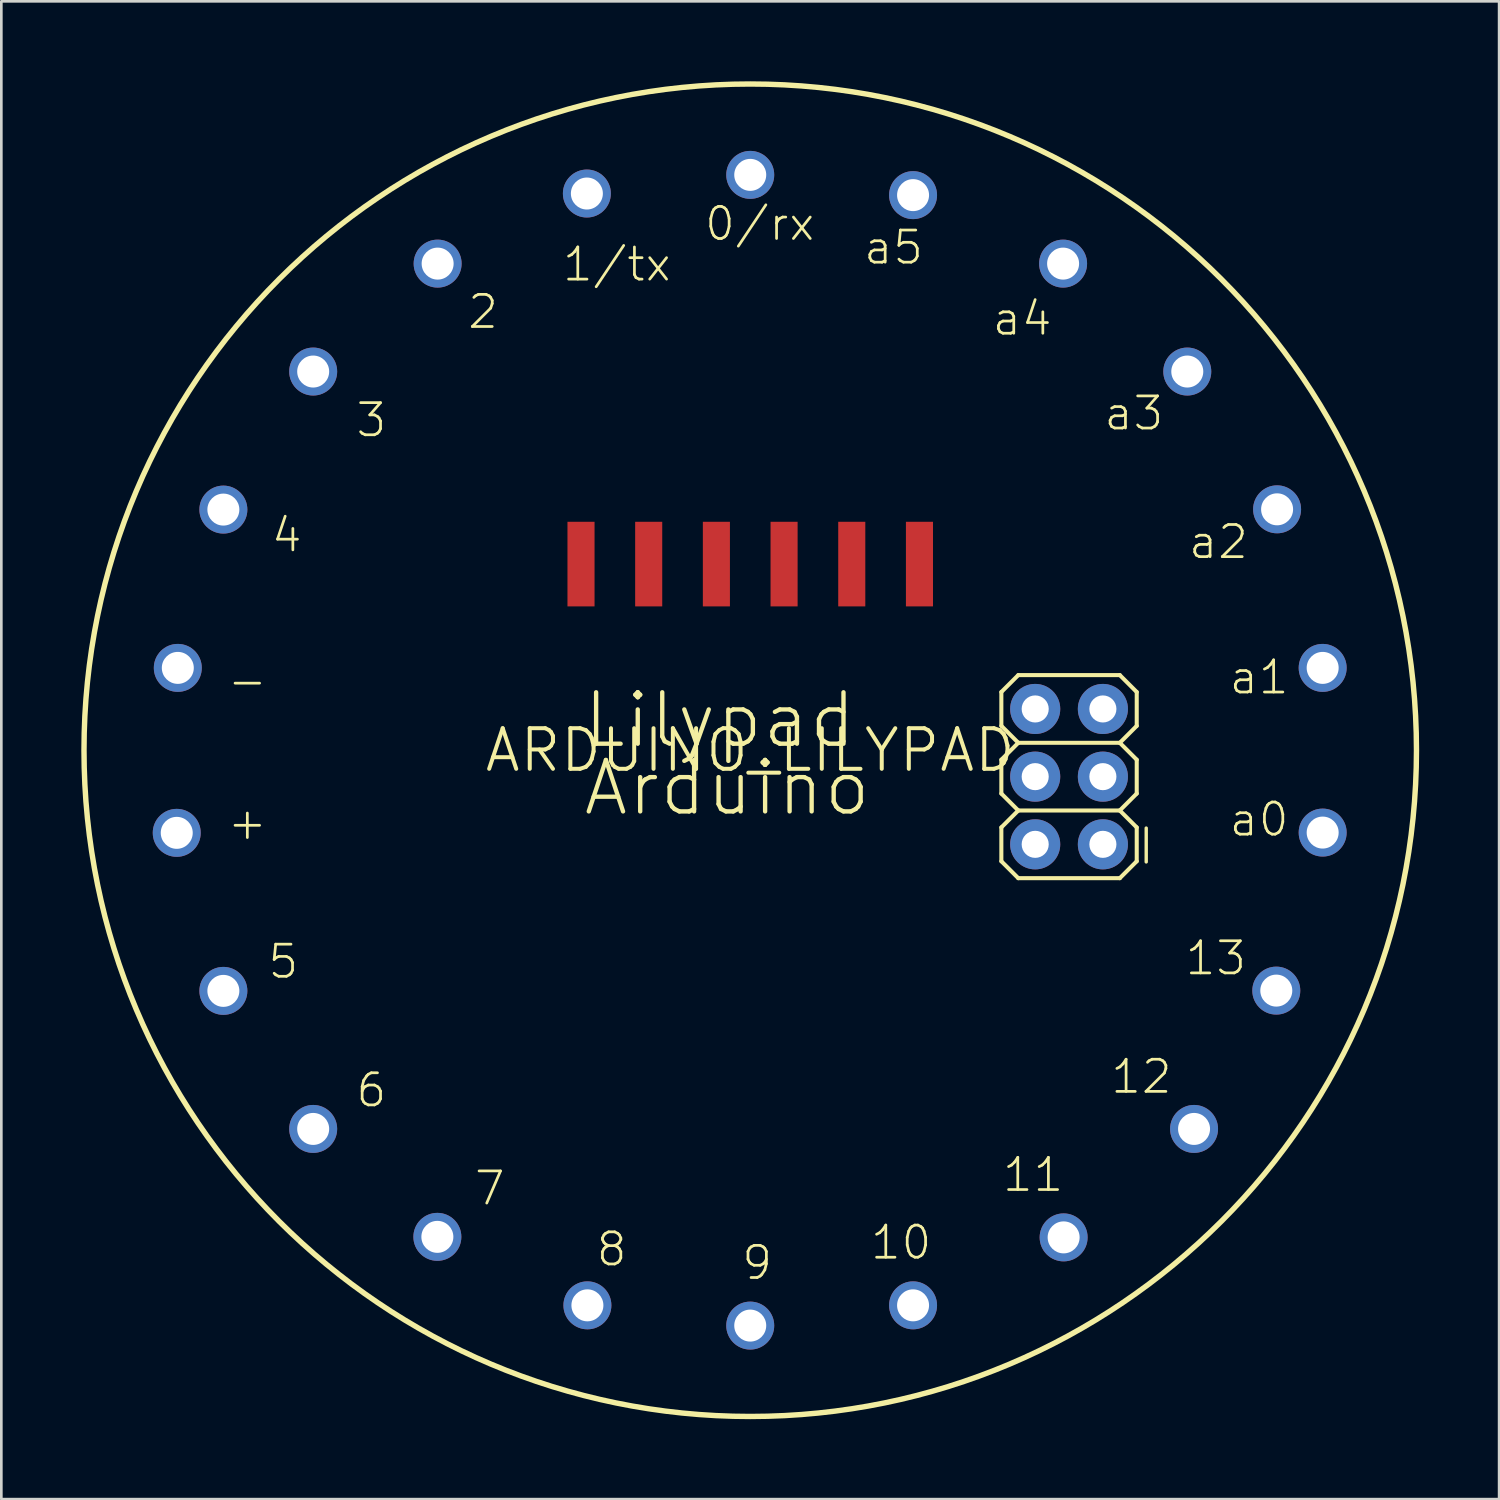
<source format=kicad_pcb>
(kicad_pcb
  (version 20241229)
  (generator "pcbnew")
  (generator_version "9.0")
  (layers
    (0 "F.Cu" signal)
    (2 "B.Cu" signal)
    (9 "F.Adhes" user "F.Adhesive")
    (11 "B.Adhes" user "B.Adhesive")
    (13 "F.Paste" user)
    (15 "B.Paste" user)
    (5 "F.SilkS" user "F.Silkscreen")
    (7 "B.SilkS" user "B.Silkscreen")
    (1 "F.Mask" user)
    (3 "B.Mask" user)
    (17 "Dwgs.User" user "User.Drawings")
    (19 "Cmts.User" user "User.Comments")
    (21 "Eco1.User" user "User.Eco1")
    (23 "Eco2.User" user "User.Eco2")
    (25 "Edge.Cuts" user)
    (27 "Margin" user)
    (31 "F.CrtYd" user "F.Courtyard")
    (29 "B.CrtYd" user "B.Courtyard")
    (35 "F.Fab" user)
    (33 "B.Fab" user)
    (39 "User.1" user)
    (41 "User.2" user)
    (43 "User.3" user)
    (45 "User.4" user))
  (footprint "ARDUINO_LILYPAD"
    (layer "F.Cu")
    (at 25.102 25.102)
    (property "Reference" "ARDUINO_LILYPAD" (at 0 0 0) (layer "F.SilkS") (effects (font (size 1.524 1.524) (thickness 0.15))))
    (attr through_hole)
    (fp_line (start 9.423 -2.184) (end 9.423 -0.914) (stroke (width 0.152) (type solid)) (layer "F.SilkS"))
    (fp_line (start 9.423 -0.914) (end 10.058 -0.279) (stroke (width 0.152) (type solid)) (layer "F.SilkS"))
    (fp_line (start 9.423 0.356) (end 9.423 1.626) (stroke (width 0.152) (type solid)) (layer "F.SilkS"))
    (fp_line (start 9.423 1.626) (end 10.058 2.261) (stroke (width 0.152) (type solid)) (layer "F.SilkS"))
    (fp_line (start 9.423 2.896) (end 9.423 4.166) (stroke (width 0.152) (type solid)) (layer "F.SilkS"))
    (fp_line (start 9.423 4.166) (end 10.058 4.801) (stroke (width 0.152) (type solid)) (layer "F.SilkS"))
    (fp_line (start 10.058 -2.819) (end 9.423 -2.184) (stroke (width 0.152) (type solid)) (layer "F.SilkS"))
    (fp_line (start 10.058 -0.279) (end 9.423 0.356) (stroke (width 0.152) (type solid)) (layer "F.SilkS"))
    (fp_line (start 10.058 2.261) (end 9.423 2.896) (stroke (width 0.152) (type solid)) (layer "F.SilkS"))
    (fp_line (start 13.868 -2.819) (end 10.058 -2.819) (stroke (width 0.152) (type solid)) (layer "F.SilkS"))
    (fp_line (start 13.868 -2.819) (end 14.503 -2.184) (stroke (width 0.152) (type solid)) (layer "F.SilkS"))
    (fp_line (start 13.868 -0.279) (end 10.058 -0.279) (stroke (width 0.152) (type solid)) (layer "F.SilkS"))
    (fp_line (start 13.868 -0.279) (end 14.503 0.356) (stroke (width 0.152) (type solid)) (layer "F.SilkS"))
    (fp_line (start 13.868 2.261) (end 10.058 2.261) (stroke (width 0.152) (type solid)) (layer "F.SilkS"))
    (fp_line (start 13.868 2.261) (end 14.503 2.896) (stroke (width 0.152) (type solid)) (layer "F.SilkS"))
    (fp_line (start 13.868 4.801) (end 10.058 4.801) (stroke (width 0.152) (type solid)) (layer "F.SilkS"))
    (fp_line (start 14.503 -2.184) (end 14.503 -0.914) (stroke (width 0.152) (type solid)) (layer "F.SilkS"))
    (fp_line (start 14.503 -0.914) (end 13.868 -0.279) (stroke (width 0.152) (type solid)) (layer "F.SilkS"))
    (fp_line (start 14.503 0.356) (end 14.503 1.626) (stroke (width 0.152) (type solid)) (layer "F.SilkS"))
    (fp_line (start 14.503 1.626) (end 13.868 2.261) (stroke (width 0.152) (type solid)) (layer "F.SilkS"))
    (fp_line (start 14.503 2.896) (end 14.503 4.166) (stroke (width 0.152) (type solid)) (layer "F.SilkS"))
    (fp_line (start 14.503 4.166) (end 13.868 4.801) (stroke (width 0.152) (type solid)) (layer "F.SilkS"))
    (fp_line (start 14.859 2.921) (end 14.859 4.191) (stroke (width 0.127) (type solid)) (layer "F.SilkS"))
    (fp_circle (center 0 0) (end 25 0) (stroke (width 0.203) (type solid)) (fill no) (layer "F.SilkS"))
    (fp_text user "3" (at -14.859 -11.684 0) (layer "F.SilkS") (effects (font (size 1.206 1.206) (thickness 0.102)) (justify left bottom)))
    (fp_text user "4" (at -18.034 -7.366 0) (layer "F.SilkS") (effects (font (size 1.206 1.206) (thickness 0.102)) (justify left bottom)))
    (fp_text user "a5" (at 4.191 -18.161 0) (layer "F.SilkS") (effects (font (size 1.206 1.206) (thickness 0.102)) (justify left bottom)))
    (fp_text user "5" (at -18.161 8.636 0) (layer "F.SilkS") (effects (font (size 1.206 1.206) (thickness 0.102)) (justify left bottom)))
    (fp_text user "a4" (at 9.017 -15.494 0) (layer "F.SilkS") (effects (font (size 1.206 1.206) (thickness 0.102)) (justify left bottom)))
    (fp_text user "7" (at -10.414 17.145 0) (layer "F.SilkS") (effects (font (size 1.206 1.206) (thickness 0.102)) (justify left bottom)))
    (fp_text user "6" (at -14.859 13.462 0) (layer "F.SilkS") (effects (font (size 1.206 1.206) (thickness 0.102)) (justify left bottom)))
    (fp_text user "2" (at -10.668 -15.748 0) (layer "F.SilkS") (effects (font (size 1.206 1.206) (thickness 0.102)) (justify left bottom)))
    (fp_text user "a1" (at 17.907 -2.032 0) (layer "F.SilkS") (effects (font (size 1.206 1.206) (thickness 0.102)) (justify left bottom)))
    (fp_text user "a2" (at 16.383 -7.112 0) (layer "F.SilkS") (effects (font (size 1.206 1.206) (thickness 0.102)) (justify left bottom)))
    (fp_text user "12" (at 13.462 12.954 0) (layer "F.SilkS") (effects (font (size 1.206 1.206) (thickness 0.102)) (justify left bottom)))
    (fp_text user "Arduino" (at -6.35 2.54 0) (layer "F.SilkS") (effects (font (size 1.93 1.93) (thickness 0.163)) (justify left bottom)))
    (fp_text user "11" (at 9.398 16.637 0) (layer "F.SilkS") (effects (font (size 1.206 1.206) (thickness 0.102)) (justify left bottom)))
    (fp_text user "-" (at -19.685 -1.905 0) (layer "F.SilkS") (effects (font (size 1.206 1.206) (thickness 0.102)) (justify left bottom)))
    (fp_text user "8" (at -5.842 19.431 0) (layer "F.SilkS") (effects (font (size 1.206 1.206) (thickness 0.102)) (justify left bottom)))
    (fp_text user "13" (at 16.256 8.509 0) (layer "F.SilkS") (effects (font (size 1.206 1.206) (thickness 0.102)) (justify left bottom)))
    (fp_text user "+" (at -19.685 3.429 0) (layer "F.SilkS") (effects (font (size 1.206 1.206) (thickness 0.102)) (justify left bottom)))
    (fp_text user "Lilypad" (at -6.35 0 0) (layer "F.SilkS") (effects (font (size 1.93 1.93) (thickness 0.163)) (justify left bottom)))
    (fp_text user "10" (at 4.445 19.177 0) (layer "F.SilkS") (effects (font (size 1.206 1.206) (thickness 0.102)) (justify left bottom)))
    (fp_text user "a3" (at 13.208 -11.938 0) (layer "F.SilkS") (effects (font (size 1.206 1.206) (thickness 0.102)) (justify left bottom)))
    (fp_text user "1/tx" (at -7.112 -17.526 0) (layer "F.SilkS") (effects (font (size 1.206 1.206) (thickness 0.102)) (justify left bottom)))
    (fp_text user "0/rx" (at -1.778 -19.05 0) (layer "F.SilkS") (effects (font (size 1.206 1.206) (thickness 0.102)) (justify left bottom)))
    (fp_text user "9" (at -0.381 19.939 0) (layer "F.SilkS") (effects (font (size 1.206 1.206) (thickness 0.102)) (justify left bottom)))
    (fp_text user "a0" (at 17.907 3.302 0) (layer "F.SilkS") (effects (font (size 1.206 1.206) (thickness 0.102)) (justify left bottom)))
    (pad "+" thru_hole circle (at -21.52 3.1) (size 1.8 1.8) (drill 1.2) (layers "*.Cu" "*.Mask"))
    (pad "-" thru_hole circle (at -21.48 -3.09) (size 1.8 1.8) (drill 1.2) (layers "*.Cu" "*.Mask"))
    (pad "0/RX" thru_hole circle (at 0 -21.59) (size 1.8 1.8) (drill 1.2) (layers "*.Cu" "*.Mask"))
    (pad "1/TX" thru_hole circle (at -6.13 -20.89) (size 1.8 1.8) (drill 1.2) (layers "*.Cu" "*.Mask"))
    (pad "2" thru_hole circle (at -11.73 -18.26) (size 1.8 1.8) (drill 1.2) (layers "*.Cu" "*.Mask"))
    (pad "3" thru_hole circle (at -16.4 -14.21) (size 1.8 1.8) (drill 1.2) (layers "*.Cu" "*.Mask"))
    (pad "4" thru_hole circle (at -19.77 -9.03) (size 1.8 1.8) (drill 1.2) (layers "*.Cu" "*.Mask"))
    (pad "5" thru_hole circle (at -19.77 9.03) (size 1.8 1.8) (drill 1.2) (layers "*.Cu" "*.Mask"))
    (pad "5V." thru_hole circle (at 10.693 3.531 270) (size 1.88 1.88) (drill 1.016) (layers "*.Cu" "*.Mask"))
    (pad "6" thru_hole circle (at -16.4 14.21) (size 1.8 1.8) (drill 1.2) (layers "*.Cu" "*.Mask"))
    (pad "7" thru_hole circle (at -11.74 18.26) (size 1.8 1.8) (drill 1.2) (layers "*.Cu" "*.Mask"))
    (pad "8" thru_hole circle (at -6.11 20.83) (size 1.8 1.8) (drill 1.2) (layers "*.Cu" "*.Mask"))
    (pad "9" thru_hole circle (at 0 21.59) (size 1.8 1.8) (drill 1.2) (layers "*.Cu" "*.Mask"))
    (pad "10" thru_hole circle (at 6.11 20.83) (size 1.8 1.8) (drill 1.2) (layers "*.Cu" "*.Mask"))
    (pad "11" thru_hole circle (at 11.76 18.28) (size 1.8 1.8) (drill 1.2) (layers "*.Cu" "*.Mask"))
    (pad "12" thru_hole circle (at 16.654 14.21) (size 1.8 1.8) (drill 1.2) (layers "*.Cu" "*.Mask"))
    (pad "13" thru_hole circle (at 19.74 9.02) (size 1.8 1.8) (drill 1.2) (layers "*.Cu" "*.Mask"))
    (pad "A0" thru_hole circle (at 21.48 3.09) (size 1.8 1.8) (drill 1.2) (layers "*.Cu" "*.Mask"))
    (pad "A1" thru_hole circle (at 21.48 -3.09) (size 1.8 1.8) (drill 1.2) (layers "*.Cu" "*.Mask"))
    (pad "A2" thru_hole circle (at 19.77 -9.04) (size 1.8 1.8) (drill 1.2) (layers "*.Cu" "*.Mask"))
    (pad "A3" thru_hole circle (at 16.4 -14.21) (size 1.8 1.8) (drill 1.2) (layers "*.Cu" "*.Mask"))
    (pad "A4" thru_hole circle (at 11.74 -18.26) (size 1.8 1.8) (drill 1.2) (layers "*.Cu" "*.Mask"))
    (pad "A5" thru_hole circle (at 6.11 -20.83) (size 1.8 1.8) (drill 1.2) (layers "*.Cu" "*.Mask"))
    (pad "DTR" smd rect (at 6.35 -6.985) (size 1.016 3.175) (layers "F.Cu" "F.Mask" "F.Paste"))
    (pad "GND." smd rect (at -6.35 -6.985) (size 1.016 3.175) (layers "F.Cu" "F.Mask" "F.Paste"))
    (pad "GND." smd rect (at -3.81 -6.985) (size 1.016 3.175) (layers "F.Cu" "F.Mask" "F.Paste"))
    (pad "GND_" thru_hole circle (at 10.693 -1.549 270) (size 1.88 1.88) (drill 1.016) (layers "*.Cu" "*.Mask"))
    (pad "MISO" thru_hole circle (at 13.233 3.531 270) (size 1.88 1.88) (drill 1.016) (layers "*.Cu" "*.Mask"))
    (pad "MOSI" thru_hole circle (at 10.693 0.991 270) (size 1.88 1.88) (drill 1.016) (layers "*.Cu" "*.Mask"))
    (pad "RESE" thru_hole circle (at 13.233 -1.549 270) (size 1.88 1.88) (drill 1.016) (layers "*.Cu" "*.Mask"))
    (pad "RXI" smd rect (at 1.27 -6.985) (size 1.016 3.175) (layers "F.Cu" "F.Mask" "F.Paste"))
    (pad "SCK" thru_hole circle (at 13.233 0.991 270) (size 1.88 1.88) (drill 1.016) (layers "*.Cu" "*.Mask"))
    (pad "TXO" smd rect (at 3.81 -6.985) (size 1.016 3.175) (layers "F.Cu" "F.Mask" "F.Paste"))
    (pad "VCC." smd rect (at -1.27 -6.985) (size 1.016 3.175) (layers "F.Cu" "F.Mask" "F.Paste")))
  (gr_rect
    (start -3 -3)
    (end 53.203 53.203)
    (stroke (width 0.1) (type default))
    (fill no)
    (layer "Edge.Cuts")))
</source>
